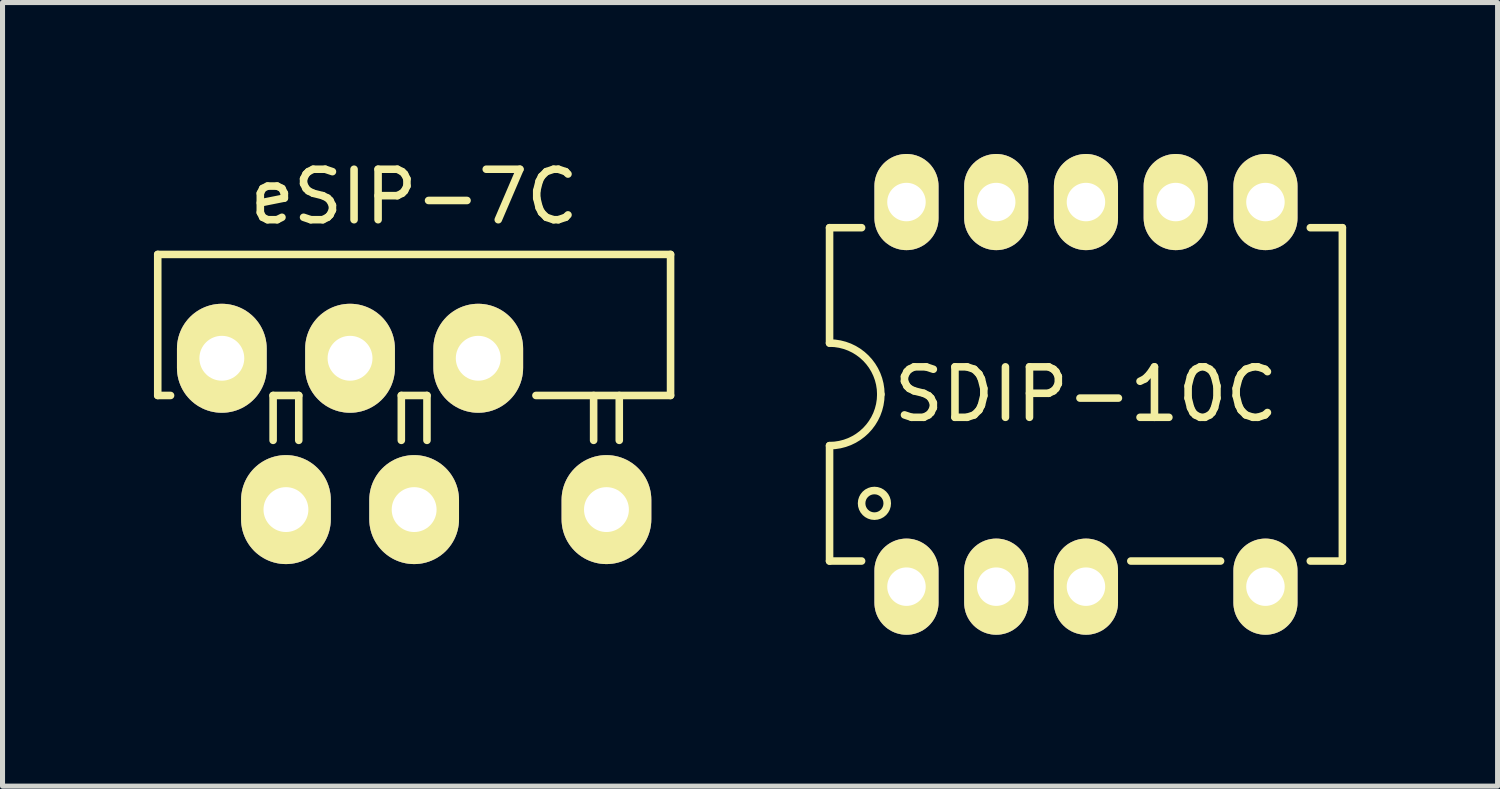
<source format=kicad_pcb>
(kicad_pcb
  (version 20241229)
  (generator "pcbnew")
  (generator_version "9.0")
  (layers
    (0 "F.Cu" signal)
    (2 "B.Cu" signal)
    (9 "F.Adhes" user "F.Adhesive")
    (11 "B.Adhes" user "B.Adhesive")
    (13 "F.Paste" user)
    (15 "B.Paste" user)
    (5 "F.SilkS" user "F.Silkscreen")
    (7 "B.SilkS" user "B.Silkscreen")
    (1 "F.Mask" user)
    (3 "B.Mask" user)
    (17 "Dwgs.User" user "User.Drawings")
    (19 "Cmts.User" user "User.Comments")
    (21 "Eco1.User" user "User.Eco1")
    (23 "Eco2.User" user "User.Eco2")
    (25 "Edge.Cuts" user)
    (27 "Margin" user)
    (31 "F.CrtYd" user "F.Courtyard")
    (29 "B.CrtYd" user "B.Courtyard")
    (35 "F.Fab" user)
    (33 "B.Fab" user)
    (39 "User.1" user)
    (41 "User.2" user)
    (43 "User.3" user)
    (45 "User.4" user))
  (footprint "eSIP-7C"
    (layer "F.Cu")
    (at 5.155 5.547)
    (property "Reference" "eSIP-7C" (at 0 -4.699 0) (layer "F.SilkS") (effects (font (size 1 1) (thickness 0.15))))
    (attr through_hole)
    (fp_line (start -5.08 -3.556) (end 5.08 -3.556) (stroke (width 0.15) (type solid)) (layer "F.SilkS"))
    (fp_line (start -5.08 -0.762) (end -5.08 -3.556) (stroke (width 0.15) (type solid)) (layer "F.SilkS"))
    (fp_line (start -4.826 -0.762) (end -5.08 -0.762) (stroke (width 0.15) (type solid)) (layer "F.SilkS"))
    (fp_line (start -2.794 0.127) (end -2.794 -0.762) (stroke (width 0.15) (type solid)) (layer "F.SilkS"))
    (fp_line (start -2.286 -0.762) (end -2.794 -0.762) (stroke (width 0.15) (type solid)) (layer "F.SilkS"))
    (fp_line (start -2.286 -0.762) (end -2.286 0.127) (stroke (width 0.15) (type solid)) (layer "F.SilkS"))
    (fp_line (start -0.254 -0.762) (end -0.254 0.127) (stroke (width 0.15) (type solid)) (layer "F.SilkS"))
    (fp_line (start 0.254 -0.762) (end -0.254 -0.762) (stroke (width 0.15) (type solid)) (layer "F.SilkS"))
    (fp_line (start 0.254 -0.762) (end 0.254 0.127) (stroke (width 0.15) (type solid)) (layer "F.SilkS"))
    (fp_line (start 3.556 0.127) (end 3.556 -0.762) (stroke (width 0.15) (type solid)) (layer "F.SilkS"))
    (fp_line (start 4.064 0.127) (end 4.064 -0.762) (stroke (width 0.15) (type solid)) (layer "F.SilkS"))
    (fp_line (start 5.08 -0.762) (end 2.413 -0.762) (stroke (width 0.15) (type solid)) (layer "F.SilkS"))
    (fp_line (start 5.08 -0.762) (end 5.08 -3.556) (stroke (width 0.15) (type solid)) (layer "F.SilkS"))
    (pad "1" thru_hole oval (at -3.81 -1.499) (size 1.778 2.159) (drill 0.889) (layers "*.Cu" "*.Mask" "F.SilkS"))
    (pad "2" thru_hole oval (at -2.54 1.499) (size 1.778 2.159) (drill 0.889) (layers "*.Cu" "*.Mask" "F.SilkS"))
    (pad "3" thru_hole oval (at -1.27 -1.499) (size 1.778 2.159) (drill 0.889) (layers "*.Cu" "*.Mask" "F.SilkS"))
    (pad "4" thru_hole oval (at 0 1.499) (size 1.778 2.159) (drill 0.889) (layers "*.Cu" "*.Mask" "F.SilkS"))
    (pad "5" thru_hole oval (at 1.27 -1.499) (size 1.778 2.159) (drill 0.889) (layers "*.Cu" "*.Mask" "F.SilkS"))
    (pad "7" thru_hole oval (at 3.81 1.499) (size 1.778 2.159) (drill 0.889) (layers "*.Cu" "*.Mask" "F.SilkS")))
  (footprint "SDIP-10C"
    (layer "F.Cu")
    (at 18.465 4.763)
    (property "Reference" "SDIP-10C" (at 0 0 0) (layer "F.SilkS") (effects (font (size 1 1) (thickness 0.15))))
    (attr through_hole)
    (fp_line (start -5.08 -3.302) (end -5.08 -1.016) (stroke (width 0.15) (type solid)) (layer "F.SilkS"))
    (fp_line (start -5.08 -3.302) (end -4.445 -3.302) (stroke (width 0.15) (type solid)) (layer "F.SilkS"))
    (fp_line (start -5.08 1.016) (end -5.08 3.302) (stroke (width 0.15) (type solid)) (layer "F.SilkS"))
    (fp_line (start -5.08 3.302) (end -4.445 3.302) (stroke (width 0.15) (type solid)) (layer "F.SilkS"))
    (fp_line (start 2.667 3.302) (end 0.889 3.302) (stroke (width 0.15) (type solid)) (layer "F.SilkS"))
    (fp_line (start 5.08 -3.302) (end 4.445 -3.302) (stroke (width 0.15) (type solid)) (layer "F.SilkS"))
    (fp_line (start 5.08 3.302) (end 4.445 3.302) (stroke (width 0.15) (type solid)) (layer "F.SilkS"))
    (fp_line (start 5.08 3.302) (end 5.08 -3.302) (stroke (width 0.15) (type solid)) (layer "F.SilkS"))
    (fp_arc (start -5.08 -1.016) (mid -4.36158 -0.71842) (end -4.064 0) (stroke (width 0.15) (type solid)) (layer "F.SilkS"))
    (fp_arc (start -4.064 0) (mid -4.36158 0.71842) (end -5.08 1.016) (stroke (width 0.15) (type solid)) (layer "F.SilkS"))
    (fp_circle (center -4.191 2.159) (end -3.937 2.159) (stroke (width 0.15) (type solid)) (fill no) (layer "F.SilkS"))
    (pad "1" thru_hole oval (at -3.556 3.81) (size 1.27 1.905) (drill 0.762) (layers "*.Cu" "*.Mask" "F.SilkS"))
    (pad "2" thru_hole oval (at -1.778 3.81) (size 1.27 1.905) (drill 0.762) (layers "*.Cu" "*.Mask" "F.SilkS"))
    (pad "3" thru_hole oval (at 0 3.81) (size 1.27 1.905) (drill 0.762) (layers "*.Cu" "*.Mask" "F.SilkS"))
    (pad "5" thru_hole oval (at 3.556 3.81) (size 1.27 1.905) (drill 0.762) (layers "*.Cu" "*.Mask" "F.SilkS"))
    (pad "6" thru_hole oval (at 3.556 -3.81) (size 1.27 1.905) (drill 0.762) (layers "*.Cu" "*.Mask" "F.SilkS"))
    (pad "7" thru_hole oval (at 1.778 -3.81) (size 1.27 1.905) (drill 0.762) (layers "*.Cu" "*.Mask" "F.SilkS"))
    (pad "8" thru_hole oval (at 0 -3.81) (size 1.27 1.905) (drill 0.762) (layers "*.Cu" "*.Mask" "F.SilkS"))
    (pad "9" thru_hole oval (at -1.778 -3.81) (size 1.27 1.905) (drill 0.762) (layers "*.Cu" "*.Mask" "F.SilkS"))
    (pad "10" thru_hole oval (at -3.556 -3.81) (size 1.27 1.905) (drill 0.762) (layers "*.Cu" "*.Mask" "F.SilkS")))
  (gr_rect
    (start -3 -3)
    (end 26.62 12.525)
    (stroke (width 0.1) (type default))
    (fill no)
    (layer "Edge.Cuts")))
</source>
